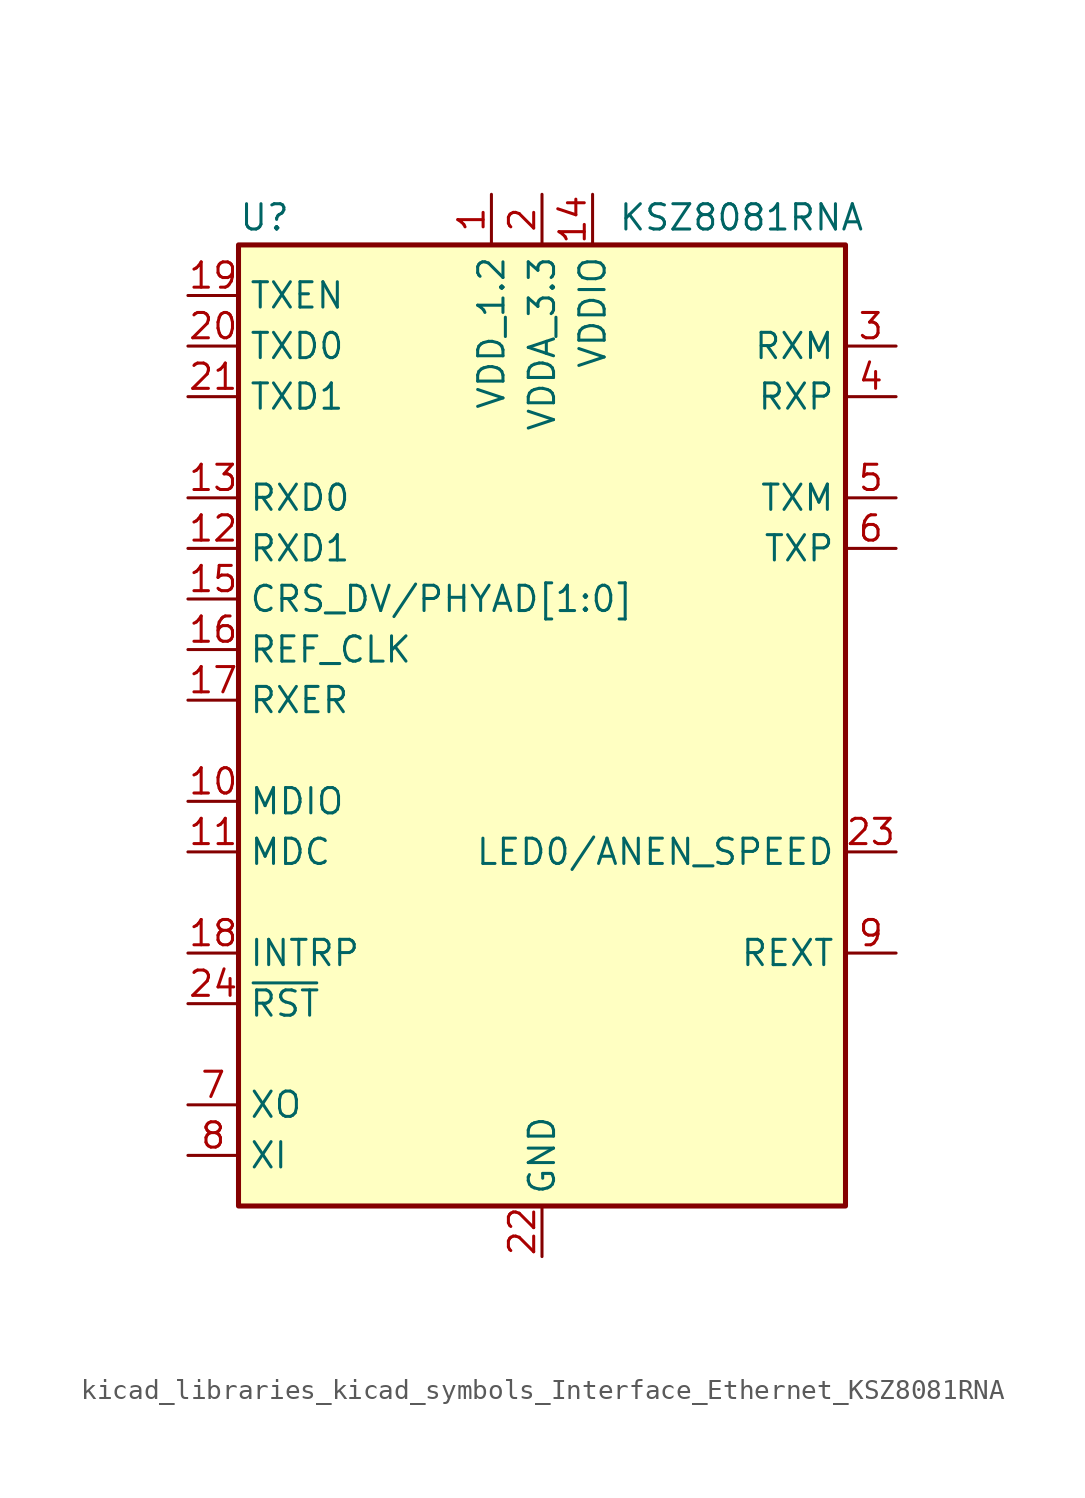
<source format=kicad_sym>
(kicad_symbol_lib
  (version 20220914)
  (generator kicad_symbol_editor)
  (symbol "kicad_libraries_kicad_symbols_Interface_Ethernet_KSZ8081RNA"
    (property "Reference" "U"
      (at -15.24 26.035 0)
      (effects (font (size 1.27 1.27)) (justify left bottom)))
    (property "Value" "KSZ8081RNA"
      (at 3.81 26.035 0)
      (effects (font (size 1.27 1.27)) (justify left bottom)))
    (symbol "kicad_libraries_kicad_symbols_Interface_Ethernet_KSZ8081RNA_0_1"
      (rectangle (start -15.24 25.4) (end 15.24 -22.86) (stroke (width 0.254) (type default)) (fill (type background))))
    (symbol "kicad_libraries_kicad_symbols_Interface_Ethernet_KSZ8081RNA_1_1"
      (pin power_out line (at -2.54 27.94 270) (length 2.54) (name "VDD_1.2" (effects (font (size 1.27 1.27)))) (number "1" (effects (font (size 1.27 1.27)))))
      (pin bidirectional line (at -17.78 -2.54 0) (length 2.54) (name "MDIO" (effects (font (size 1.27 1.27)))) (number "10" (effects (font (size 1.27 1.27)))))
      (pin input line (at -17.78 -5.08 0) (length 2.54) (name "MDC" (effects (font (size 1.27 1.27)))) (number "11" (effects (font (size 1.27 1.27)))))
      (pin output line (at -17.78 10.16 0) (length 2.54) (name "RXD1" (effects (font (size 1.27 1.27)))) (number "12" (effects (font (size 1.27 1.27)))))
      (pin output line (at -17.78 12.7 0) (length 2.54) (name "RXD0" (effects (font (size 1.27 1.27)))) (number "13" (effects (font (size 1.27 1.27)))))
      (pin power_in line (at 2.54 27.94 270) (length 2.54) (name "VDDIO" (effects (font (size 1.27 1.27)))) (number "14" (effects (font (size 1.27 1.27)))))
      (pin output line (at -17.78 7.62 0) (length 2.54) (name "CRS_DV/PHYAD[1:0]" (effects (font (size 1.27 1.27)))) (number "15" (effects (font (size 1.27 1.27)))))
      (pin output line (at -17.78 5.08 0) (length 2.54) (name "REF_CLK" (effects (font (size 1.27 1.27)))) (number "16" (effects (font (size 1.27 1.27)))))
      (pin output line (at -17.78 2.54 0) (length 2.54) (name "RXER" (effects (font (size 1.27 1.27)))) (number "17" (effects (font (size 1.27 1.27)))))
      (pin bidirectional line (at -17.78 -10.16 0) (length 2.54) (name "INTRP" (effects (font (size 1.27 1.27)))) (number "18" (effects (font (size 1.27 1.27)))))
      (pin input line (at -17.78 22.86 0) (length 2.54) (name "TXEN" (effects (font (size 1.27 1.27)))) (number "19" (effects (font (size 1.27 1.27)))))
      (pin power_in line (at 0 27.94 270) (length 2.54) (name "VDDA_3.3" (effects (font (size 1.27 1.27)))) (number "2" (effects (font (size 1.27 1.27)))))
      (pin input line (at -17.78 20.32 0) (length 2.54) (name "TXD0" (effects (font (size 1.27 1.27)))) (number "20" (effects (font (size 1.27 1.27)))))
      (pin bidirectional line (at -17.78 17.78 0) (length 2.54) (name "TXD1" (effects (font (size 1.27 1.27)))) (number "21" (effects (font (size 1.27 1.27)))))
      (pin power_in line (at 0 -25.4 90) (length 2.54) (name "GND" (effects (font (size 1.27 1.27)))) (number "22" (effects (font (size 1.27 1.27)))))
      (pin output line (at 17.78 -5.08 180) (length 2.54) (name "LED0/ANEN_SPEED" (effects (font (size 1.27 1.27)))) (number "23" (effects (font (size 1.27 1.27)))))
      (pin input line (at -17.78 -12.7 0) (length 2.54) (name "~{RST}" (effects (font (size 1.27 1.27)))) (number "24" (effects (font (size 1.27 1.27)))))
      (pin passive line (at 0 -25.4 90) (length 2.54) hide (name "GND" (effects (font (size 1.27 1.27)))) (number "25" (effects (font (size 1.27 1.27)))))
      (pin bidirectional line (at 17.78 20.32 180) (length 2.54) (name "RXM" (effects (font (size 1.27 1.27)))) (number "3" (effects (font (size 1.27 1.27)))))
      (pin bidirectional line (at 17.78 17.78 180) (length 2.54) (name "RXP" (effects (font (size 1.27 1.27)))) (number "4" (effects (font (size 1.27 1.27)))))
      (pin bidirectional line (at 17.78 12.7 180) (length 2.54) (name "TXM" (effects (font (size 1.27 1.27)))) (number "5" (effects (font (size 1.27 1.27)))))
      (pin bidirectional line (at 17.78 10.16 180) (length 2.54) (name "TXP" (effects (font (size 1.27 1.27)))) (number "6" (effects (font (size 1.27 1.27)))))
      (pin output line (at -17.78 -17.78 0) (length 2.54) (name "XO" (effects (font (size 1.27 1.27)))) (number "7" (effects (font (size 1.27 1.27)))))
      (pin input line (at -17.78 -20.32 0) (length 2.54) (name "XI" (effects (font (size 1.27 1.27)))) (number "8" (effects (font (size 1.27 1.27)))))
      (pin passive line (at 17.78 -10.16 180) (length 2.54) (name "REXT" (effects (font (size 1.27 1.27)))) (number "9" (effects (font (size 1.27 1.27))))))))
</source>
